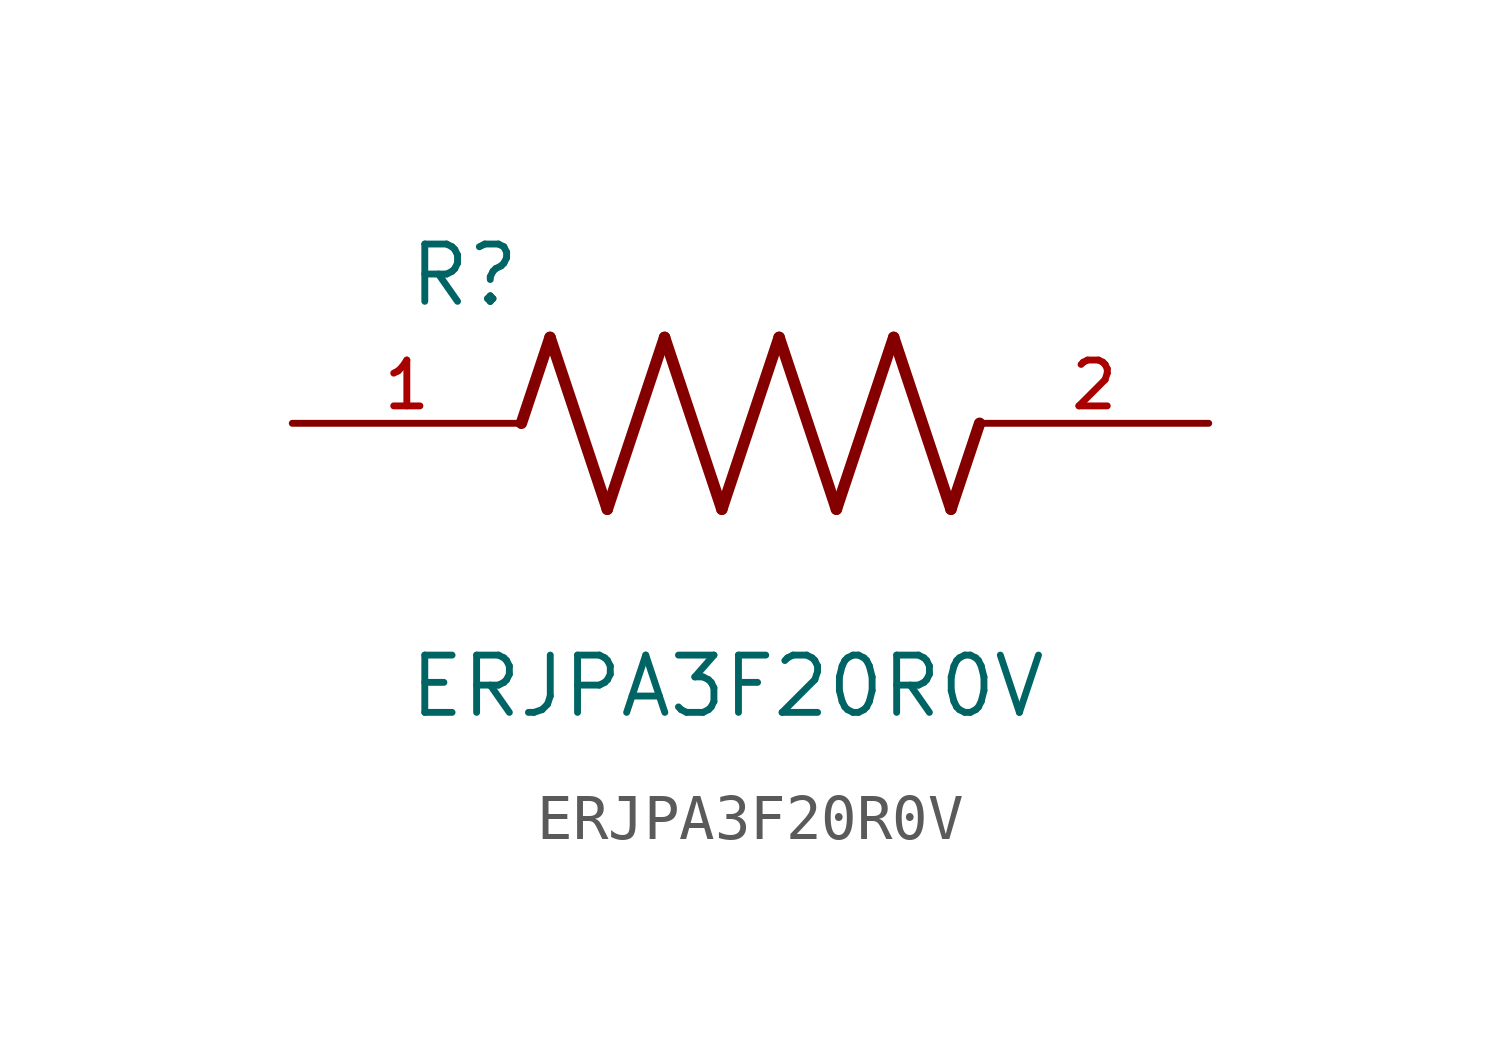
<source format=kicad_sym>
(kicad_symbol_lib
  (version 20211014)
  (generator kicad_symbol_editor)
  (symbol "ERJPA3F20R0V"
    (pin_names
      (offset 1.016))
    (property "Reference" "R"
      (at -7.624 2.541 0)
      (effects (font (size 1.27 1.27)) (justify bottom left)))
    (property "Value" "ERJPA3F20R0V"
      (at -7.624 -5.087 0)
      (effects (font (size 1.27 1.27)) (justify top left)))
    (symbol "ERJPA3F20R0V_0_0"
      (polyline (pts (xy -5.08 0.0) (xy -4.445 1.905)) (stroke (width 0.254)))
      (polyline (pts (xy -4.445 1.905) (xy -3.175 -1.905)) (stroke (width 0.254)))
      (polyline (pts (xy -3.175 -1.905) (xy -1.905 1.905)) (stroke (width 0.254)))
      (polyline (pts (xy -1.905 1.905) (xy -0.635 -1.905)) (stroke (width 0.254)))
      (polyline (pts (xy -0.635 -1.905) (xy 0.635 1.905)) (stroke (width 0.254)))
      (polyline (pts (xy 0.635 1.905) (xy 1.905 -1.905)) (stroke (width 0.254)))
      (polyline (pts (xy 1.905 -1.905) (xy 3.175 1.905)) (stroke (width 0.254)))
      (polyline (pts (xy 3.175 1.905) (xy 4.445 -1.905)) (stroke (width 0.254)))
      (polyline (pts (xy 4.445 -1.905) (xy 5.08 0.0)) (stroke (width 0.254)))
      (pin passive line (at -10.16 0.0 0) (length 5.08) (name "~" (effects (font (size 1.016 1.016)))) (number "1" (effects (font (size 1.016 1.016)))))
      (pin passive line (at 10.16 0.0 180.0) (length 5.08) (name "~" (effects (font (size 1.016 1.016)))) (number "2" (effects (font (size 1.016 1.016))))))))
</source>
